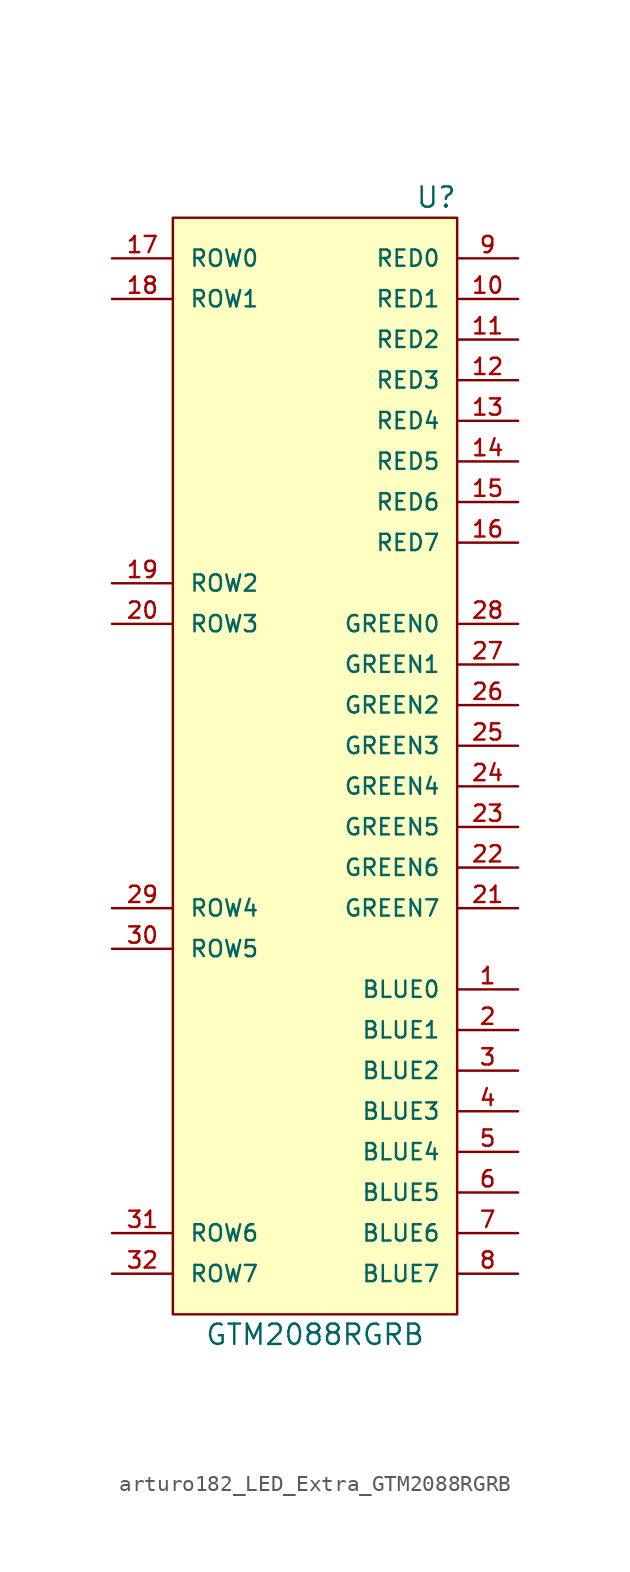
<source format=kicad_sym>
(kicad_symbol_lib
  (version 20220914)
  (generator kicad_symbol_editor)
  (symbol "arturo182_LED_Extra_GTM2088RGRB"
    (pin_names
      (offset 1.016))
    (property "Reference" "U"
      (at 8.89 34.29 0)
      (effects (font (size 1.27 1.27)) (justify right)))
    (property "Value" "GTM2088RGRB"
      (at 0 -36.83 0)
      (effects (font (size 1.27 1.27))))
    (symbol "arturo182_LED_Extra_GTM2088RGRB_0_1"
      (rectangle (start 8.89 33.02) (end -8.89 -35.56) (stroke (width 0) (type default)) (fill (type background))))
    (symbol "arturo182_LED_Extra_GTM2088RGRB_1_1"
      (pin input line (at 12.7 -15.24 180) (length 3.81) (name "BLUE0" (effects (font (size 1.016 1.016)))) (number "1" (effects (font (size 1.016 1.016)))))
      (pin input line (at 12.7 27.94 180) (length 3.81) (name "RED1" (effects (font (size 1.016 1.016)))) (number "10" (effects (font (size 1.016 1.016)))))
      (pin input line (at 12.7 25.4 180) (length 3.81) (name "RED2" (effects (font (size 1.016 1.016)))) (number "11" (effects (font (size 1.016 1.016)))))
      (pin input line (at 12.7 22.86 180) (length 3.81) (name "RED3" (effects (font (size 1.016 1.016)))) (number "12" (effects (font (size 1.016 1.016)))))
      (pin input line (at 12.7 20.32 180) (length 3.81) (name "RED4" (effects (font (size 1.016 1.016)))) (number "13" (effects (font (size 1.016 1.016)))))
      (pin input line (at 12.7 17.78 180) (length 3.81) (name "RED5" (effects (font (size 1.016 1.016)))) (number "14" (effects (font (size 1.016 1.016)))))
      (pin input line (at 12.7 15.24 180) (length 3.81) (name "RED6" (effects (font (size 1.016 1.016)))) (number "15" (effects (font (size 1.016 1.016)))))
      (pin input line (at 12.7 12.7 180) (length 3.81) (name "RED7" (effects (font (size 1.016 1.016)))) (number "16" (effects (font (size 1.016 1.016)))))
      (pin input line (at -12.7 30.48 0) (length 3.81) (name "ROW0" (effects (font (size 1.016 1.016)))) (number "17" (effects (font (size 1.016 1.016)))))
      (pin input line (at -12.7 27.94 0) (length 3.81) (name "ROW1" (effects (font (size 1.016 1.016)))) (number "18" (effects (font (size 1.016 1.016)))))
      (pin input line (at -12.7 10.16 0) (length 3.81) (name "ROW2" (effects (font (size 1.016 1.016)))) (number "19" (effects (font (size 1.016 1.016)))))
      (pin input line (at 12.7 -17.78 180) (length 3.81) (name "BLUE1" (effects (font (size 1.016 1.016)))) (number "2" (effects (font (size 1.016 1.016)))))
      (pin input line (at -12.7 7.62 0) (length 3.81) (name "ROW3" (effects (font (size 1.016 1.016)))) (number "20" (effects (font (size 1.016 1.016)))))
      (pin input line (at 12.7 -10.16 180) (length 3.81) (name "GREEN7" (effects (font (size 1.016 1.016)))) (number "21" (effects (font (size 1.016 1.016)))))
      (pin input line (at 12.7 -7.62 180) (length 3.81) (name "GREEN6" (effects (font (size 1.016 1.016)))) (number "22" (effects (font (size 1.016 1.016)))))
      (pin input line (at 12.7 -5.08 180) (length 3.81) (name "GREEN5" (effects (font (size 1.016 1.016)))) (number "23" (effects (font (size 1.016 1.016)))))
      (pin input line (at 12.7 -2.54 180) (length 3.81) (name "GREEN4" (effects (font (size 1.016 1.016)))) (number "24" (effects (font (size 1.016 1.016)))))
      (pin input line (at 12.7 0 180) (length 3.81) (name "GREEN3" (effects (font (size 1.016 1.016)))) (number "25" (effects (font (size 1.016 1.016)))))
      (pin input line (at 12.7 2.54 180) (length 3.81) (name "GREEN2" (effects (font (size 1.016 1.016)))) (number "26" (effects (font (size 1.016 1.016)))))
      (pin input line (at 12.7 5.08 180) (length 3.81) (name "GREEN1" (effects (font (size 1.016 1.016)))) (number "27" (effects (font (size 1.016 1.016)))))
      (pin input line (at 12.7 7.62 180) (length 3.81) (name "GREEN0" (effects (font (size 1.016 1.016)))) (number "28" (effects (font (size 1.016 1.016)))))
      (pin input line (at -12.7 -10.16 0) (length 3.81) (name "ROW4" (effects (font (size 1.016 1.016)))) (number "29" (effects (font (size 1.016 1.016)))))
      (pin input line (at 12.7 -20.32 180) (length 3.81) (name "BLUE2" (effects (font (size 1.016 1.016)))) (number "3" (effects (font (size 1.016 1.016)))))
      (pin input line (at -12.7 -12.7 0) (length 3.81) (name "ROW5" (effects (font (size 1.016 1.016)))) (number "30" (effects (font (size 1.016 1.016)))))
      (pin input line (at -12.7 -30.48 0) (length 3.81) (name "ROW6" (effects (font (size 1.016 1.016)))) (number "31" (effects (font (size 1.016 1.016)))))
      (pin input line (at -12.7 -33.02 0) (length 3.81) (name "ROW7" (effects (font (size 1.016 1.016)))) (number "32" (effects (font (size 1.016 1.016)))))
      (pin input line (at 12.7 -22.86 180) (length 3.81) (name "BLUE3" (effects (font (size 1.016 1.016)))) (number "4" (effects (font (size 1.016 1.016)))))
      (pin input line (at 12.7 -25.4 180) (length 3.81) (name "BLUE4" (effects (font (size 1.016 1.016)))) (number "5" (effects (font (size 1.016 1.016)))))
      (pin input line (at 12.7 -27.94 180) (length 3.81) (name "BLUE5" (effects (font (size 1.016 1.016)))) (number "6" (effects (font (size 1.016 1.016)))))
      (pin input line (at 12.7 -30.48 180) (length 3.81) (name "BLUE6" (effects (font (size 1.016 1.016)))) (number "7" (effects (font (size 1.016 1.016)))))
      (pin input line (at 12.7 -33.02 180) (length 3.81) (name "BLUE7" (effects (font (size 1.016 1.016)))) (number "8" (effects (font (size 1.016 1.016)))))
      (pin input line (at 12.7 30.48 180) (length 3.81) (name "RED0" (effects (font (size 1.016 1.016)))) (number "9" (effects (font (size 1.016 1.016))))))))
</source>
